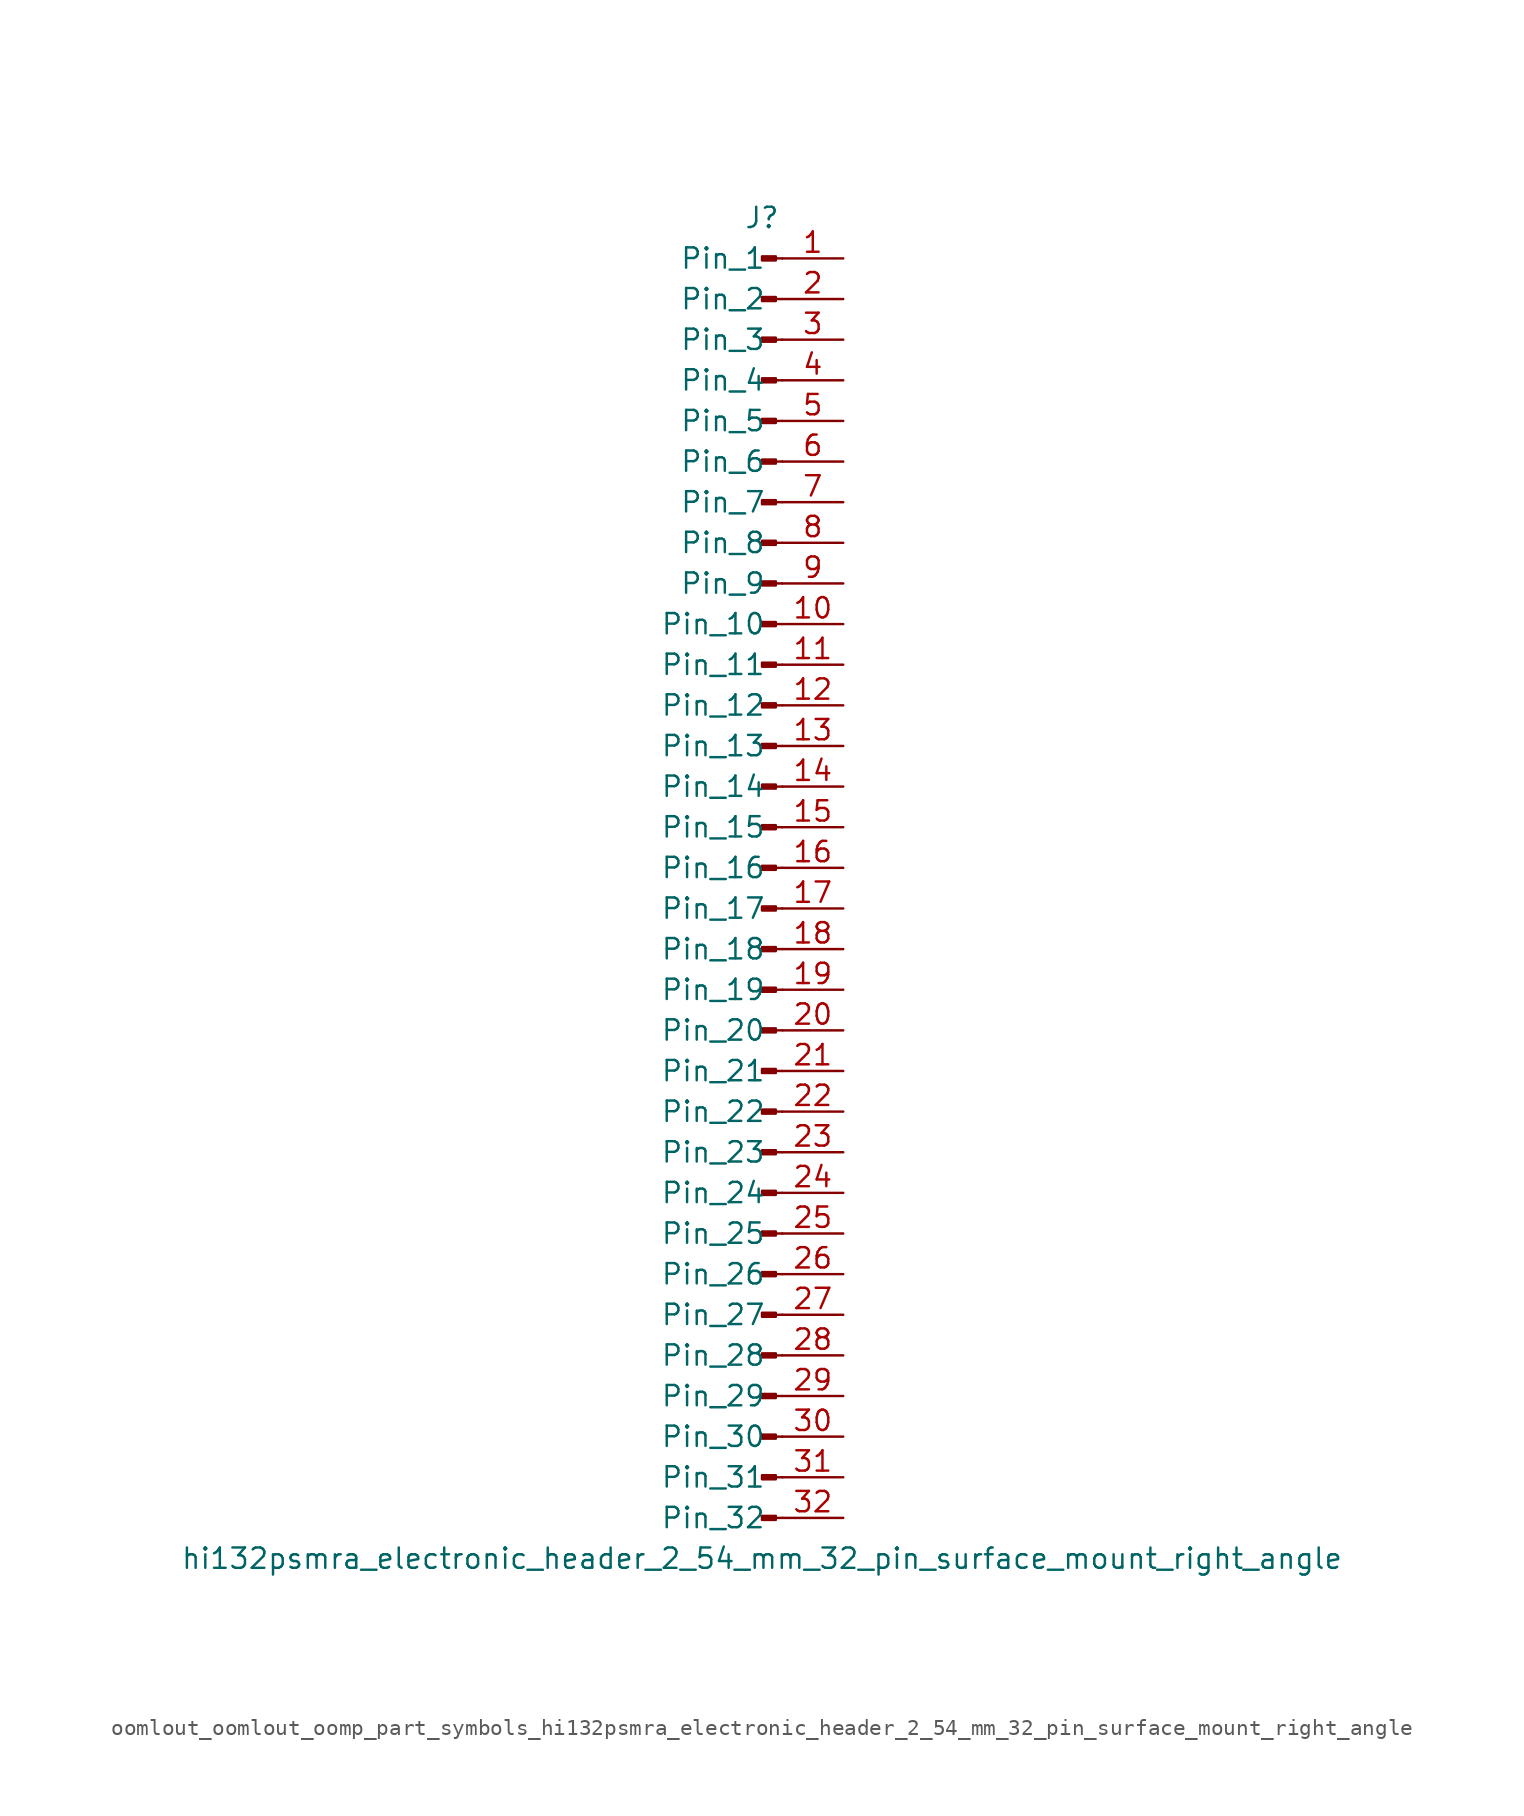
<source format=kicad_sym>
(kicad_symbol_lib
  (version 20220914)
  (generator kicad_symbol_editor)
  (symbol "oomlout_oomlout_oomp_part_symbols_hi132psmra_electronic_header_2_54_mm_32_pin_surface_mount_right_angle"
    (pin_names
      (offset 1.016))
    (property "Reference" "J"
      (at 0 40.64 0)
      (effects (font (size 1.27 1.27))))
    (property "Value" "hi132psmra_electronic_header_2_54_mm_32_pin_surface_mount_right_angle"
      (at 0 -43.18 0)
      (effects (font (size 1.27 1.27))))
    (property "ki_locked" ""
      (at 0 0 0)
      (effects (font (size 1.27 1.27))))
    (symbol "oomlout_oomlout_oomp_part_symbols_hi132psmra_electronic_header_2_54_mm_32_pin_surface_mount_right_angle_1_1"
      (polyline (pts (xy 1.27 -40.64) (xy 0.864 -40.64)) (stroke (width 0.152) (type default)) (fill (type none)))
      (polyline (pts (xy 1.27 -38.1) (xy 0.864 -38.1)) (stroke (width 0.152) (type default)) (fill (type none)))
      (polyline (pts (xy 1.27 -35.56) (xy 0.864 -35.56)) (stroke (width 0.152) (type default)) (fill (type none)))
      (polyline (pts (xy 1.27 -33.02) (xy 0.864 -33.02)) (stroke (width 0.152) (type default)) (fill (type none)))
      (polyline (pts (xy 1.27 -30.48) (xy 0.864 -30.48)) (stroke (width 0.152) (type default)) (fill (type none)))
      (polyline (pts (xy 1.27 -27.94) (xy 0.864 -27.94)) (stroke (width 0.152) (type default)) (fill (type none)))
      (polyline (pts (xy 1.27 -25.4) (xy 0.864 -25.4)) (stroke (width 0.152) (type default)) (fill (type none)))
      (polyline (pts (xy 1.27 -22.86) (xy 0.864 -22.86)) (stroke (width 0.152) (type default)) (fill (type none)))
      (polyline (pts (xy 1.27 -20.32) (xy 0.864 -20.32)) (stroke (width 0.152) (type default)) (fill (type none)))
      (polyline (pts (xy 1.27 -17.78) (xy 0.864 -17.78)) (stroke (width 0.152) (type default)) (fill (type none)))
      (polyline (pts (xy 1.27 -15.24) (xy 0.864 -15.24)) (stroke (width 0.152) (type default)) (fill (type none)))
      (polyline (pts (xy 1.27 -12.7) (xy 0.864 -12.7)) (stroke (width 0.152) (type default)) (fill (type none)))
      (polyline (pts (xy 1.27 -10.16) (xy 0.864 -10.16)) (stroke (width 0.152) (type default)) (fill (type none)))
      (polyline (pts (xy 1.27 -7.62) (xy 0.864 -7.62)) (stroke (width 0.152) (type default)) (fill (type none)))
      (polyline (pts (xy 1.27 -5.08) (xy 0.864 -5.08)) (stroke (width 0.152) (type default)) (fill (type none)))
      (polyline (pts (xy 1.27 -2.54) (xy 0.864 -2.54)) (stroke (width 0.152) (type default)) (fill (type none)))
      (polyline (pts (xy 1.27 0) (xy 0.864 0)) (stroke (width 0.152) (type default)) (fill (type none)))
      (polyline (pts (xy 1.27 2.54) (xy 0.864 2.54)) (stroke (width 0.152) (type default)) (fill (type none)))
      (polyline (pts (xy 1.27 5.08) (xy 0.864 5.08)) (stroke (width 0.152) (type default)) (fill (type none)))
      (polyline (pts (xy 1.27 7.62) (xy 0.864 7.62)) (stroke (width 0.152) (type default)) (fill (type none)))
      (polyline (pts (xy 1.27 10.16) (xy 0.864 10.16)) (stroke (width 0.152) (type default)) (fill (type none)))
      (polyline (pts (xy 1.27 12.7) (xy 0.864 12.7)) (stroke (width 0.152) (type default)) (fill (type none)))
      (polyline (pts (xy 1.27 15.24) (xy 0.864 15.24)) (stroke (width 0.152) (type default)) (fill (type none)))
      (polyline (pts (xy 1.27 17.78) (xy 0.864 17.78)) (stroke (width 0.152) (type default)) (fill (type none)))
      (polyline (pts (xy 1.27 20.32) (xy 0.864 20.32)) (stroke (width 0.152) (type default)) (fill (type none)))
      (polyline (pts (xy 1.27 22.86) (xy 0.864 22.86)) (stroke (width 0.152) (type default)) (fill (type none)))
      (polyline (pts (xy 1.27 25.4) (xy 0.864 25.4)) (stroke (width 0.152) (type default)) (fill (type none)))
      (polyline (pts (xy 1.27 27.94) (xy 0.864 27.94)) (stroke (width 0.152) (type default)) (fill (type none)))
      (polyline (pts (xy 1.27 30.48) (xy 0.864 30.48)) (stroke (width 0.152) (type default)) (fill (type none)))
      (polyline (pts (xy 1.27 33.02) (xy 0.864 33.02)) (stroke (width 0.152) (type default)) (fill (type none)))
      (polyline (pts (xy 1.27 35.56) (xy 0.864 35.56)) (stroke (width 0.152) (type default)) (fill (type none)))
      (polyline (pts (xy 1.27 38.1) (xy 0.864 38.1)) (stroke (width 0.152) (type default)) (fill (type none)))
      (rectangle (start 0.864 -40.513) (end 0 -40.767) (stroke (width 0.152) (type default)) (fill (type outline)))
      (rectangle (start 0.864 -37.973) (end 0 -38.227) (stroke (width 0.152) (type default)) (fill (type outline)))
      (rectangle (start 0.864 -35.433) (end 0 -35.687) (stroke (width 0.152) (type default)) (fill (type outline)))
      (rectangle (start 0.864 -32.893) (end 0 -33.147) (stroke (width 0.152) (type default)) (fill (type outline)))
      (rectangle (start 0.864 -30.353) (end 0 -30.607) (stroke (width 0.152) (type default)) (fill (type outline)))
      (rectangle (start 0.864 -27.813) (end 0 -28.067) (stroke (width 0.152) (type default)) (fill (type outline)))
      (rectangle (start 0.864 -25.273) (end 0 -25.527) (stroke (width 0.152) (type default)) (fill (type outline)))
      (rectangle (start 0.864 -22.733) (end 0 -22.987) (stroke (width 0.152) (type default)) (fill (type outline)))
      (rectangle (start 0.864 -20.193) (end 0 -20.447) (stroke (width 0.152) (type default)) (fill (type outline)))
      (rectangle (start 0.864 -17.653) (end 0 -17.907) (stroke (width 0.152) (type default)) (fill (type outline)))
      (rectangle (start 0.864 -15.113) (end 0 -15.367) (stroke (width 0.152) (type default)) (fill (type outline)))
      (rectangle (start 0.864 -12.573) (end 0 -12.827) (stroke (width 0.152) (type default)) (fill (type outline)))
      (rectangle (start 0.864 -10.033) (end 0 -10.287) (stroke (width 0.152) (type default)) (fill (type outline)))
      (rectangle (start 0.864 -7.493) (end 0 -7.747) (stroke (width 0.152) (type default)) (fill (type outline)))
      (rectangle (start 0.864 -4.953) (end 0 -5.207) (stroke (width 0.152) (type default)) (fill (type outline)))
      (rectangle (start 0.864 -2.413) (end 0 -2.667) (stroke (width 0.152) (type default)) (fill (type outline)))
      (rectangle (start 0.864 0.127) (end 0 -0.127) (stroke (width 0.152) (type default)) (fill (type outline)))
      (rectangle (start 0.864 2.667) (end 0 2.413) (stroke (width 0.152) (type default)) (fill (type outline)))
      (rectangle (start 0.864 5.207) (end 0 4.953) (stroke (width 0.152) (type default)) (fill (type outline)))
      (rectangle (start 0.864 7.747) (end 0 7.493) (stroke (width 0.152) (type default)) (fill (type outline)))
      (rectangle (start 0.864 10.287) (end 0 10.033) (stroke (width 0.152) (type default)) (fill (type outline)))
      (rectangle (start 0.864 12.827) (end 0 12.573) (stroke (width 0.152) (type default)) (fill (type outline)))
      (rectangle (start 0.864 15.367) (end 0 15.113) (stroke (width 0.152) (type default)) (fill (type outline)))
      (rectangle (start 0.864 17.907) (end 0 17.653) (stroke (width 0.152) (type default)) (fill (type outline)))
      (rectangle (start 0.864 20.447) (end 0 20.193) (stroke (width 0.152) (type default)) (fill (type outline)))
      (rectangle (start 0.864 22.987) (end 0 22.733) (stroke (width 0.152) (type default)) (fill (type outline)))
      (rectangle (start 0.864 25.527) (end 0 25.273) (stroke (width 0.152) (type default)) (fill (type outline)))
      (rectangle (start 0.864 28.067) (end 0 27.813) (stroke (width 0.152) (type default)) (fill (type outline)))
      (rectangle (start 0.864 30.607) (end 0 30.353) (stroke (width 0.152) (type default)) (fill (type outline)))
      (rectangle (start 0.864 33.147) (end 0 32.893) (stroke (width 0.152) (type default)) (fill (type outline)))
      (rectangle (start 0.864 35.687) (end 0 35.433) (stroke (width 0.152) (type default)) (fill (type outline)))
      (rectangle (start 0.864 38.227) (end 0 37.973) (stroke (width 0.152) (type default)) (fill (type outline)))
      (pin passive line (at 5.08 38.1 180) (length 3.81) (name "Pin_1" (effects (font (size 1.27 1.27)))) (number "1" (effects (font (size 1.27 1.27)))))
      (pin passive line (at 5.08 15.24 180) (length 3.81) (name "Pin_10" (effects (font (size 1.27 1.27)))) (number "10" (effects (font (size 1.27 1.27)))))
      (pin passive line (at 5.08 12.7 180) (length 3.81) (name "Pin_11" (effects (font (size 1.27 1.27)))) (number "11" (effects (font (size 1.27 1.27)))))
      (pin passive line (at 5.08 10.16 180) (length 3.81) (name "Pin_12" (effects (font (size 1.27 1.27)))) (number "12" (effects (font (size 1.27 1.27)))))
      (pin passive line (at 5.08 7.62 180) (length 3.81) (name "Pin_13" (effects (font (size 1.27 1.27)))) (number "13" (effects (font (size 1.27 1.27)))))
      (pin passive line (at 5.08 5.08 180) (length 3.81) (name "Pin_14" (effects (font (size 1.27 1.27)))) (number "14" (effects (font (size 1.27 1.27)))))
      (pin passive line (at 5.08 2.54 180) (length 3.81) (name "Pin_15" (effects (font (size 1.27 1.27)))) (number "15" (effects (font (size 1.27 1.27)))))
      (pin passive line (at 5.08 0 180) (length 3.81) (name "Pin_16" (effects (font (size 1.27 1.27)))) (number "16" (effects (font (size 1.27 1.27)))))
      (pin passive line (at 5.08 -2.54 180) (length 3.81) (name "Pin_17" (effects (font (size 1.27 1.27)))) (number "17" (effects (font (size 1.27 1.27)))))
      (pin passive line (at 5.08 -5.08 180) (length 3.81) (name "Pin_18" (effects (font (size 1.27 1.27)))) (number "18" (effects (font (size 1.27 1.27)))))
      (pin passive line (at 5.08 -7.62 180) (length 3.81) (name "Pin_19" (effects (font (size 1.27 1.27)))) (number "19" (effects (font (size 1.27 1.27)))))
      (pin passive line (at 5.08 35.56 180) (length 3.81) (name "Pin_2" (effects (font (size 1.27 1.27)))) (number "2" (effects (font (size 1.27 1.27)))))
      (pin passive line (at 5.08 -10.16 180) (length 3.81) (name "Pin_20" (effects (font (size 1.27 1.27)))) (number "20" (effects (font (size 1.27 1.27)))))
      (pin passive line (at 5.08 -12.7 180) (length 3.81) (name "Pin_21" (effects (font (size 1.27 1.27)))) (number "21" (effects (font (size 1.27 1.27)))))
      (pin passive line (at 5.08 -15.24 180) (length 3.81) (name "Pin_22" (effects (font (size 1.27 1.27)))) (number "22" (effects (font (size 1.27 1.27)))))
      (pin passive line (at 5.08 -17.78 180) (length 3.81) (name "Pin_23" (effects (font (size 1.27 1.27)))) (number "23" (effects (font (size 1.27 1.27)))))
      (pin passive line (at 5.08 -20.32 180) (length 3.81) (name "Pin_24" (effects (font (size 1.27 1.27)))) (number "24" (effects (font (size 1.27 1.27)))))
      (pin passive line (at 5.08 -22.86 180) (length 3.81) (name "Pin_25" (effects (font (size 1.27 1.27)))) (number "25" (effects (font (size 1.27 1.27)))))
      (pin passive line (at 5.08 -25.4 180) (length 3.81) (name "Pin_26" (effects (font (size 1.27 1.27)))) (number "26" (effects (font (size 1.27 1.27)))))
      (pin passive line (at 5.08 -27.94 180) (length 3.81) (name "Pin_27" (effects (font (size 1.27 1.27)))) (number "27" (effects (font (size 1.27 1.27)))))
      (pin passive line (at 5.08 -30.48 180) (length 3.81) (name "Pin_28" (effects (font (size 1.27 1.27)))) (number "28" (effects (font (size 1.27 1.27)))))
      (pin passive line (at 5.08 -33.02 180) (length 3.81) (name "Pin_29" (effects (font (size 1.27 1.27)))) (number "29" (effects (font (size 1.27 1.27)))))
      (pin passive line (at 5.08 33.02 180) (length 3.81) (name "Pin_3" (effects (font (size 1.27 1.27)))) (number "3" (effects (font (size 1.27 1.27)))))
      (pin passive line (at 5.08 -35.56 180) (length 3.81) (name "Pin_30" (effects (font (size 1.27 1.27)))) (number "30" (effects (font (size 1.27 1.27)))))
      (pin passive line (at 5.08 -38.1 180) (length 3.81) (name "Pin_31" (effects (font (size 1.27 1.27)))) (number "31" (effects (font (size 1.27 1.27)))))
      (pin passive line (at 5.08 -40.64 180) (length 3.81) (name "Pin_32" (effects (font (size 1.27 1.27)))) (number "32" (effects (font (size 1.27 1.27)))))
      (pin passive line (at 5.08 30.48 180) (length 3.81) (name "Pin_4" (effects (font (size 1.27 1.27)))) (number "4" (effects (font (size 1.27 1.27)))))
      (pin passive line (at 5.08 27.94 180) (length 3.81) (name "Pin_5" (effects (font (size 1.27 1.27)))) (number "5" (effects (font (size 1.27 1.27)))))
      (pin passive line (at 5.08 25.4 180) (length 3.81) (name "Pin_6" (effects (font (size 1.27 1.27)))) (number "6" (effects (font (size 1.27 1.27)))))
      (pin passive line (at 5.08 22.86 180) (length 3.81) (name "Pin_7" (effects (font (size 1.27 1.27)))) (number "7" (effects (font (size 1.27 1.27)))))
      (pin passive line (at 5.08 20.32 180) (length 3.81) (name "Pin_8" (effects (font (size 1.27 1.27)))) (number "8" (effects (font (size 1.27 1.27)))))
      (pin passive line (at 5.08 17.78 180) (length 3.81) (name "Pin_9" (effects (font (size 1.27 1.27)))) (number "9" (effects (font (size 1.27 1.27))))))))
</source>
